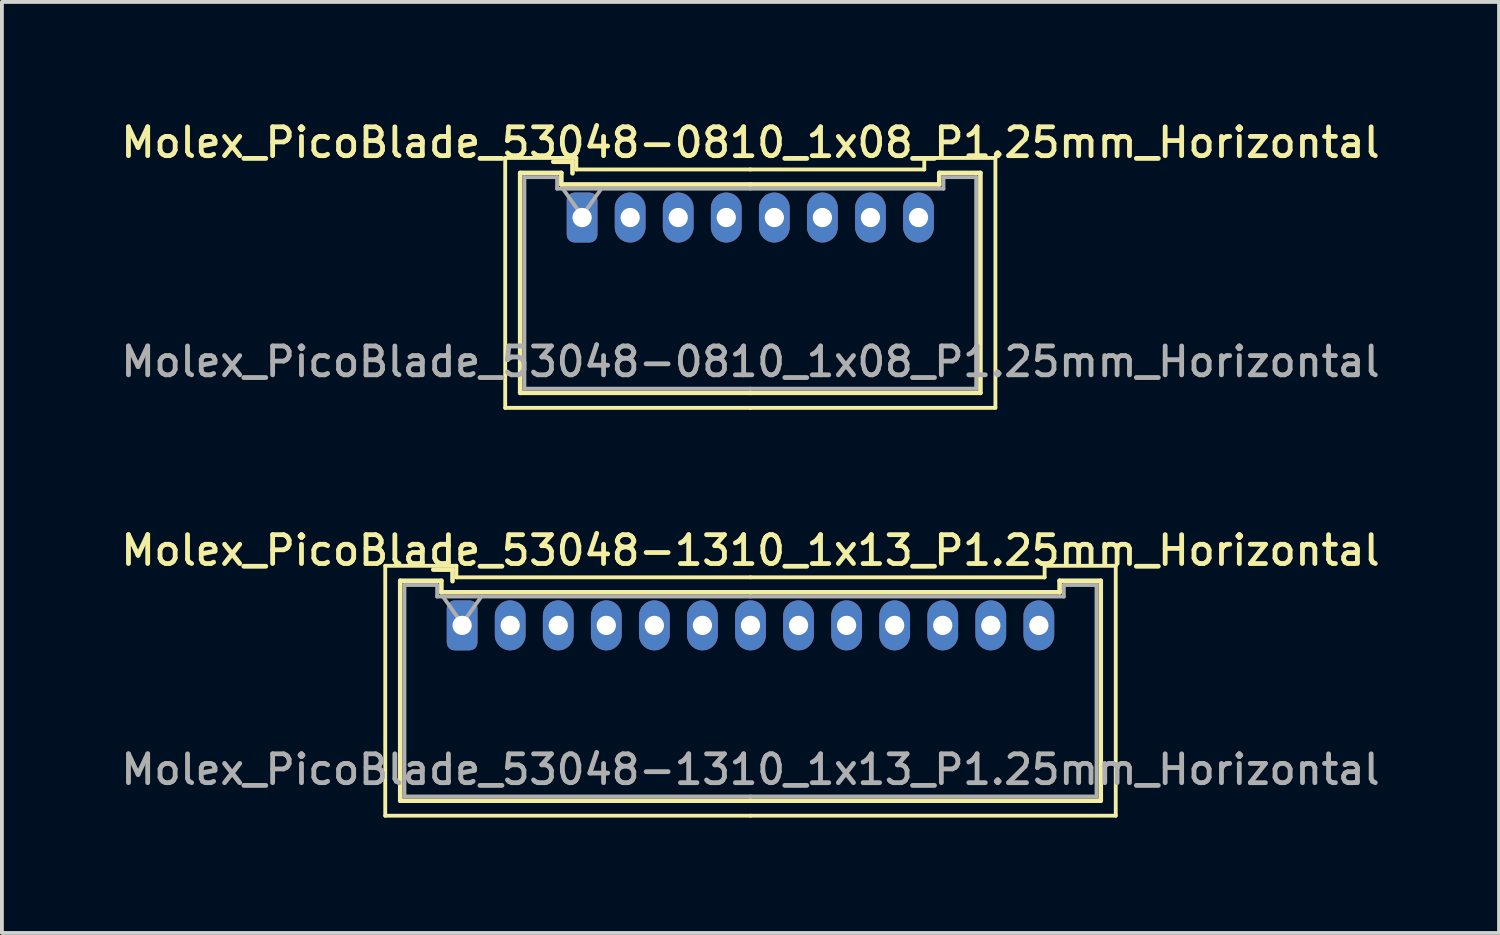
<source format=kicad_pcb>
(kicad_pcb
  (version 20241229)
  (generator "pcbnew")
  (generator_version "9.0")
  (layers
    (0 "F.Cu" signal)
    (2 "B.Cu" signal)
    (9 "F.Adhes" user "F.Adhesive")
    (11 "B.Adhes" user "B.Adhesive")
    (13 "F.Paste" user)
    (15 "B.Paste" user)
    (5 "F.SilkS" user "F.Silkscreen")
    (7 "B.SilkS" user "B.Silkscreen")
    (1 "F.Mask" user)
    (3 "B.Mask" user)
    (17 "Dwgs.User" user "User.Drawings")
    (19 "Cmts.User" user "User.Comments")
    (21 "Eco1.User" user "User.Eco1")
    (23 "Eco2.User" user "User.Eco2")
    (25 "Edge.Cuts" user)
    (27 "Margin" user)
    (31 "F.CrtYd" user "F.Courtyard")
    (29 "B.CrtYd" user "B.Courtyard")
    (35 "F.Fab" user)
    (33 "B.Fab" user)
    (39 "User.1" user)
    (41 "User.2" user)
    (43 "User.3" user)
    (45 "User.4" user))
  (footprint "Molex_PicoBlade_53048-1310_1x13_P1.25mm_Horizontal"
    (layer "F.Cu")
    (at 8.97 13.216)
    (property "Reference" "Molex_PicoBlade_53048-1310_1x13_P1.25mm_Horizontal" (at 7.5 -1.95 0) (layer "F.SilkS") (effects (font (size 0.75 0.75) (thickness 0.125))))
    (attr through_hole)
    (fp_line (start -2 -1.55) (end -2 4.95) (stroke (width 0.1) (type solid)) (layer "F.SilkS"))
    (fp_line (start -2 4.95) (end 7.5 4.95) (stroke (width 0.1) (type solid)) (layer "F.SilkS"))
    (fp_line (start -1.61 -1.16) (end -1.61 4.56) (stroke (width 0.12) (type solid)) (layer "F.SilkS"))
    (fp_line (start -1.61 4.56) (end 7.5 4.56) (stroke (width 0.12) (type solid)) (layer "F.SilkS"))
    (fp_line (start -0.54 -1.16) (end -1.61 -1.16) (stroke (width 0.12) (type solid)) (layer "F.SilkS"))
    (fp_line (start -0.54 -0.86) (end -0.54 -1.16) (stroke (width 0.12) (type solid)) (layer "F.SilkS"))
    (fp_line (start -0.25 -1.45) (end -0.75 -1.45) (stroke (width 0.12) (type solid)) (layer "F.SilkS"))
    (fp_line (start -0.25 -1.15) (end -0.25 -1.45) (stroke (width 0.12) (type solid)) (layer "F.SilkS"))
    (fp_line (start -0.15 -1.55) (end -2 -1.55) (stroke (width 0.1) (type solid)) (layer "F.SilkS"))
    (fp_line (start -0.15 -1.25) (end -0.15 -1.55) (stroke (width 0.1) (type solid)) (layer "F.SilkS"))
    (fp_line (start 7.5 -1.25) (end -0.15 -1.25) (stroke (width 0.1) (type solid)) (layer "F.SilkS"))
    (fp_line (start 7.5 -1.25) (end 15.15 -1.25) (stroke (width 0.1) (type solid)) (layer "F.SilkS"))
    (fp_line (start 7.5 -0.86) (end -0.54 -0.86) (stroke (width 0.12) (type solid)) (layer "F.SilkS"))
    (fp_line (start 7.5 -0.86) (end 15.54 -0.86) (stroke (width 0.12) (type solid)) (layer "F.SilkS"))
    (fp_line (start 15.15 -1.55) (end 17 -1.55) (stroke (width 0.1) (type solid)) (layer "F.SilkS"))
    (fp_line (start 15.15 -1.25) (end 15.15 -1.55) (stroke (width 0.1) (type solid)) (layer "F.SilkS"))
    (fp_line (start 15.54 -1.16) (end 16.61 -1.16) (stroke (width 0.12) (type solid)) (layer "F.SilkS"))
    (fp_line (start 15.54 -0.86) (end 15.54 -1.16) (stroke (width 0.12) (type solid)) (layer "F.SilkS"))
    (fp_line (start 16.61 -1.16) (end 16.61 4.56) (stroke (width 0.12) (type solid)) (layer "F.SilkS"))
    (fp_line (start 16.61 4.56) (end 7.5 4.56) (stroke (width 0.12) (type solid)) (layer "F.SilkS"))
    (fp_line (start 17 -1.55) (end 17 4.95) (stroke (width 0.1) (type solid)) (layer "F.SilkS"))
    (fp_line (start 17 4.95) (end 7.5 4.95) (stroke (width 0.1) (type solid)) (layer "F.SilkS"))
    (fp_line (start -1.5 -1.05) (end -1.5 4.45) (stroke (width 0.1) (type solid)) (layer "F.Fab"))
    (fp_line (start -1.5 4.45) (end 7.5 4.45) (stroke (width 0.1) (type solid)) (layer "F.Fab"))
    (fp_line (start -0.65 -1.05) (end -1.5 -1.05) (stroke (width 0.1) (type solid)) (layer "F.Fab"))
    (fp_line (start -0.65 -0.75) (end -0.65 -1.05) (stroke (width 0.1) (type solid)) (layer "F.Fab"))
    (fp_line (start -0.5 -0.75) (end 0 -0.043) (stroke (width 0.1) (type solid)) (layer "F.Fab"))
    (fp_line (start 0 -0.043) (end 0.5 -0.75) (stroke (width 0.1) (type solid)) (layer "F.Fab"))
    (fp_line (start 7.5 -0.75) (end -0.65 -0.75) (stroke (width 0.1) (type solid)) (layer "F.Fab"))
    (fp_line (start 7.5 -0.75) (end 15.65 -0.75) (stroke (width 0.1) (type solid)) (layer "F.Fab"))
    (fp_line (start 15.65 -1.05) (end 16.5 -1.05) (stroke (width 0.1) (type solid)) (layer "F.Fab"))
    (fp_line (start 15.65 -0.75) (end 15.65 -1.05) (stroke (width 0.1) (type solid)) (layer "F.Fab"))
    (fp_line (start 16.5 -1.05) (end 16.5 4.45) (stroke (width 0.1) (type solid)) (layer "F.Fab"))
    (fp_line (start 16.5 4.45) (end 7.5 4.45) (stroke (width 0.1) (type solid)) (layer "F.Fab"))
    (fp_text user "${REFERENCE}" (at 7.5 3.75 0) (layer "F.Fab") (effects (font (size 0.75 0.75) (thickness 0.125))))
    (pad "1" thru_hole roundrect (at 0 0) (size 0.8 1.3) (drill 0.5) (layers "*.Cu" "*.Mask") (roundrect_rratio 0.25))
    (pad "2" thru_hole oval (at 1.25 0) (size 0.8 1.3) (drill 0.5) (layers "*.Cu" "*.Mask"))
    (pad "3" thru_hole oval (at 2.5 0) (size 0.8 1.3) (drill 0.5) (layers "*.Cu" "*.Mask"))
    (pad "4" thru_hole oval (at 3.75 0) (size 0.8 1.3) (drill 0.5) (layers "*.Cu" "*.Mask"))
    (pad "5" thru_hole oval (at 5 0) (size 0.8 1.3) (drill 0.5) (layers "*.Cu" "*.Mask"))
    (pad "6" thru_hole oval (at 6.25 0) (size 0.8 1.3) (drill 0.5) (layers "*.Cu" "*.Mask"))
    (pad "7" thru_hole oval (at 7.5 0) (size 0.8 1.3) (drill 0.5) (layers "*.Cu" "*.Mask"))
    (pad "8" thru_hole oval (at 8.75 0) (size 0.8 1.3) (drill 0.5) (layers "*.Cu" "*.Mask"))
    (pad "9" thru_hole oval (at 10 0) (size 0.8 1.3) (drill 0.5) (layers "*.Cu" "*.Mask"))
    (pad "10" thru_hole oval (at 11.25 0) (size 0.8 1.3) (drill 0.5) (layers "*.Cu" "*.Mask"))
    (pad "11" thru_hole oval (at 12.5 0) (size 0.8 1.3) (drill 0.5) (layers "*.Cu" "*.Mask"))
    (pad "12" thru_hole oval (at 13.75 0) (size 0.8 1.3) (drill 0.5) (layers "*.Cu" "*.Mask"))
    (pad "13" thru_hole oval (at 15 0) (size 0.8 1.3) (drill 0.5) (layers "*.Cu" "*.Mask")))
  (footprint "Molex_PicoBlade_53048-0810_1x08_P1.25mm_Horizontal"
    (layer "F.Cu")
    (at 12.09 2.608)
    (property "Reference" "Molex_PicoBlade_53048-0810_1x08_P1.25mm_Horizontal" (at 4.38 -1.95 0) (layer "F.SilkS") (effects (font (size 0.75 0.75) (thickness 0.125))))
    (attr through_hole)
    (fp_line (start -2 -1.55) (end -2 4.95) (stroke (width 0.1) (type solid)) (layer "F.SilkS"))
    (fp_line (start -2 4.95) (end 4.38 4.95) (stroke (width 0.1) (type solid)) (layer "F.SilkS"))
    (fp_line (start -1.61 -1.16) (end -1.61 4.56) (stroke (width 0.12) (type solid)) (layer "F.SilkS"))
    (fp_line (start -1.61 4.56) (end 4.375 4.56) (stroke (width 0.12) (type solid)) (layer "F.SilkS"))
    (fp_line (start -0.54 -1.16) (end -1.61 -1.16) (stroke (width 0.12) (type solid)) (layer "F.SilkS"))
    (fp_line (start -0.54 -0.86) (end -0.54 -1.16) (stroke (width 0.12) (type solid)) (layer "F.SilkS"))
    (fp_line (start -0.25 -1.45) (end -0.75 -1.45) (stroke (width 0.12) (type solid)) (layer "F.SilkS"))
    (fp_line (start -0.25 -1.15) (end -0.25 -1.45) (stroke (width 0.12) (type solid)) (layer "F.SilkS"))
    (fp_line (start -0.15 -1.55) (end -2 -1.55) (stroke (width 0.1) (type solid)) (layer "F.SilkS"))
    (fp_line (start -0.15 -1.25) (end -0.15 -1.55) (stroke (width 0.1) (type solid)) (layer "F.SilkS"))
    (fp_line (start 4.37 -1.25) (end 8.9 -1.25) (stroke (width 0.1) (type solid)) (layer "F.SilkS"))
    (fp_line (start 4.375 -0.86) (end -0.54 -0.86) (stroke (width 0.12) (type solid)) (layer "F.SilkS"))
    (fp_line (start 4.375 -0.86) (end 9.29 -0.86) (stroke (width 0.12) (type solid)) (layer "F.SilkS"))
    (fp_line (start 4.38 -1.25) (end -0.15 -1.25) (stroke (width 0.1) (type solid)) (layer "F.SilkS"))
    (fp_line (start 8.9 -1.55) (end 10.75 -1.55) (stroke (width 0.1) (type solid)) (layer "F.SilkS"))
    (fp_line (start 8.9 -1.25) (end 8.9 -1.55) (stroke (width 0.1) (type solid)) (layer "F.SilkS"))
    (fp_line (start 9.29 -1.16) (end 10.36 -1.16) (stroke (width 0.12) (type solid)) (layer "F.SilkS"))
    (fp_line (start 9.29 -0.86) (end 9.29 -1.16) (stroke (width 0.12) (type solid)) (layer "F.SilkS"))
    (fp_line (start 10.36 -1.16) (end 10.36 4.56) (stroke (width 0.12) (type solid)) (layer "F.SilkS"))
    (fp_line (start 10.36 4.56) (end 4.375 4.56) (stroke (width 0.12) (type solid)) (layer "F.SilkS"))
    (fp_line (start 10.75 -1.55) (end 10.75 4.95) (stroke (width 0.1) (type solid)) (layer "F.SilkS"))
    (fp_line (start 10.75 4.95) (end 4.37 4.95) (stroke (width 0.1) (type solid)) (layer "F.SilkS"))
    (fp_line (start -1.5 -1.05) (end -1.5 4.45) (stroke (width 0.1) (type solid)) (layer "F.Fab"))
    (fp_line (start -1.5 4.45) (end 4.375 4.45) (stroke (width 0.1) (type solid)) (layer "F.Fab"))
    (fp_line (start -0.65 -1.05) (end -1.5 -1.05) (stroke (width 0.1) (type solid)) (layer "F.Fab"))
    (fp_line (start -0.65 -0.75) (end -0.65 -1.05) (stroke (width 0.1) (type solid)) (layer "F.Fab"))
    (fp_line (start -0.5 -0.75) (end 0 -0.043) (stroke (width 0.1) (type solid)) (layer "F.Fab"))
    (fp_line (start 0 -0.043) (end 0.5 -0.75) (stroke (width 0.1) (type solid)) (layer "F.Fab"))
    (fp_line (start 4.375 -0.75) (end -0.65 -0.75) (stroke (width 0.1) (type solid)) (layer "F.Fab"))
    (fp_line (start 4.375 -0.75) (end 9.4 -0.75) (stroke (width 0.1) (type solid)) (layer "F.Fab"))
    (fp_line (start 9.4 -1.05) (end 10.25 -1.05) (stroke (width 0.1) (type solid)) (layer "F.Fab"))
    (fp_line (start 9.4 -0.75) (end 9.4 -1.05) (stroke (width 0.1) (type solid)) (layer "F.Fab"))
    (fp_line (start 10.25 -1.05) (end 10.25 4.45) (stroke (width 0.1) (type solid)) (layer "F.Fab"))
    (fp_line (start 10.25 4.45) (end 4.375 4.45) (stroke (width 0.1) (type solid)) (layer "F.Fab"))
    (fp_text user "${REFERENCE}" (at 4.38 3.75 0) (layer "F.Fab") (effects (font (size 0.75 0.75) (thickness 0.125))))
    (pad "1" thru_hole roundrect (at 0 0) (size 0.8 1.3) (drill 0.5) (layers "*.Cu" "*.Mask") (roundrect_rratio 0.25))
    (pad "2" thru_hole oval (at 1.25 0) (size 0.8 1.3) (drill 0.5) (layers "*.Cu" "*.Mask"))
    (pad "3" thru_hole oval (at 2.5 0) (size 0.8 1.3) (drill 0.5) (layers "*.Cu" "*.Mask"))
    (pad "4" thru_hole oval (at 3.75 0) (size 0.8 1.3) (drill 0.5) (layers "*.Cu" "*.Mask"))
    (pad "5" thru_hole oval (at 5 0) (size 0.8 1.3) (drill 0.5) (layers "*.Cu" "*.Mask"))
    (pad "6" thru_hole oval (at 6.25 0) (size 0.8 1.3) (drill 0.5) (layers "*.Cu" "*.Mask"))
    (pad "7" thru_hole oval (at 7.5 0) (size 0.8 1.3) (drill 0.5) (layers "*.Cu" "*.Mask"))
    (pad "8" thru_hole oval (at 8.75 0) (size 0.8 1.3) (drill 0.5) (layers "*.Cu" "*.Mask")))
  (gr_rect
    (start -3 -3)
    (end 35.939 21.216)
    (stroke (width 0.1) (type default))
    (fill no)
    (layer "Edge.Cuts")))
</source>
